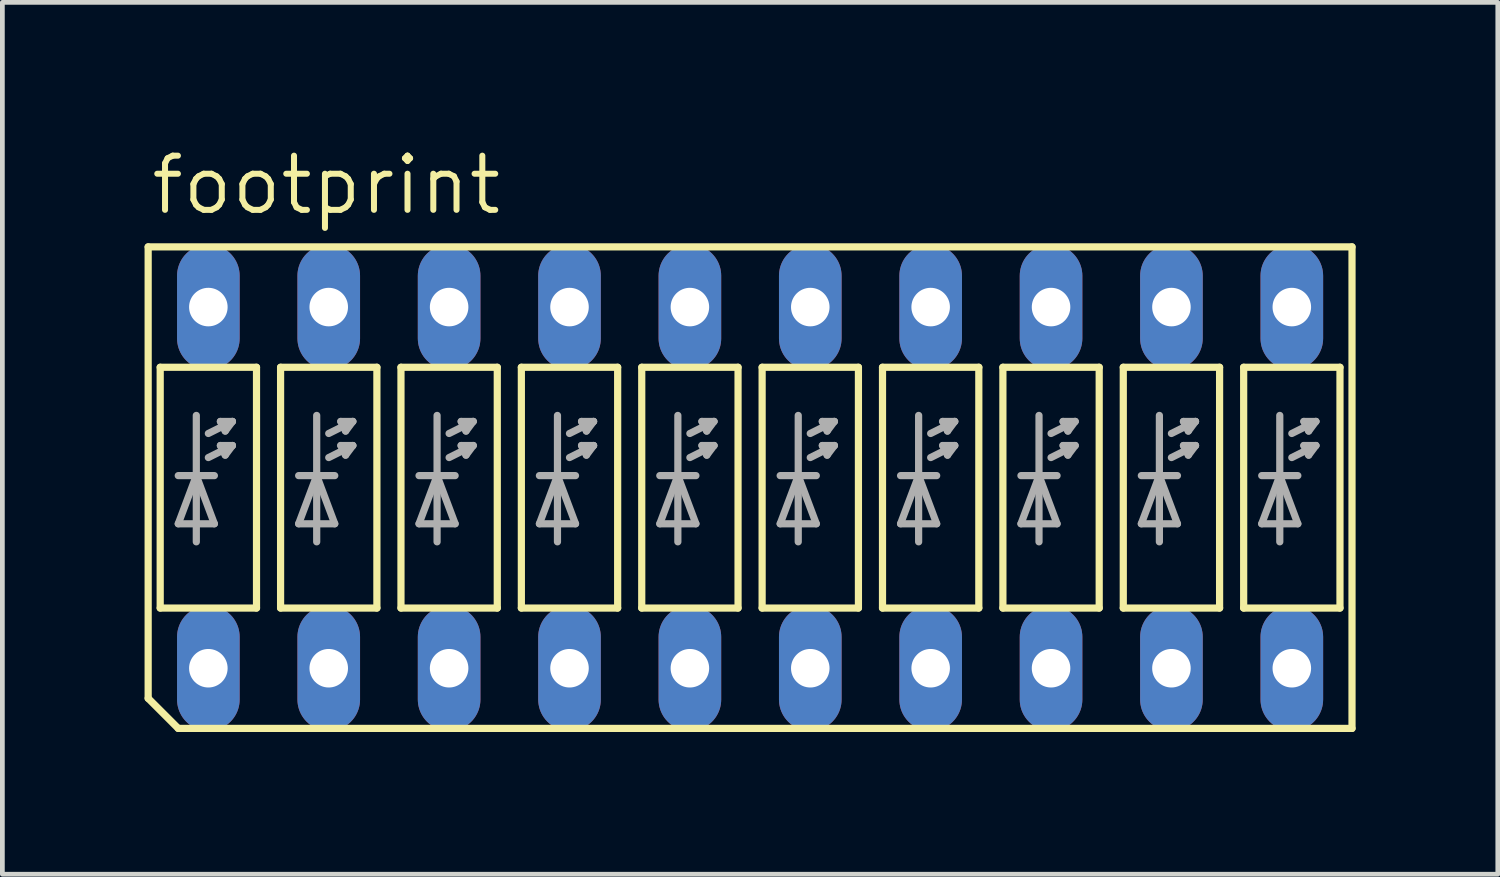
<source format=kicad_pcb>
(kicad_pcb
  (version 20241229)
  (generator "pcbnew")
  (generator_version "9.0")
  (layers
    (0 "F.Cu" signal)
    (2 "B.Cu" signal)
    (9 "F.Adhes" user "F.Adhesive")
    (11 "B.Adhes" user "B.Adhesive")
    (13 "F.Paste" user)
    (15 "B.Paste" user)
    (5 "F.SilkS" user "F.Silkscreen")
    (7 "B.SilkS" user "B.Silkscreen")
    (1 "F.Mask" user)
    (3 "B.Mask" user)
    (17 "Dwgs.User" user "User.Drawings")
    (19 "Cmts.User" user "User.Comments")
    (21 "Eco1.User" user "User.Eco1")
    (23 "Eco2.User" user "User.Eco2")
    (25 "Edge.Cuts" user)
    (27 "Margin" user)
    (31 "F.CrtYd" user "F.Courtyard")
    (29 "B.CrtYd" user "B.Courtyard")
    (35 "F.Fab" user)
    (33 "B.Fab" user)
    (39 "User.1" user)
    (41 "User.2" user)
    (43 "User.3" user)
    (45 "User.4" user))
  (footprint "footprint"
    (layer "F.Cu")
    (at 12.776 7.239)
    (property "Reference" "footprint" (at -12.7 -5.715 0) (layer "F.SilkS") (effects (font (size 1.143 1.143) (thickness 0.127)) (justify left bottom)))
    (fp_line (start -12.7 -5.08) (end 12.7 -5.08) (stroke (width 0.152) (type solid)) (layer "F.SilkS"))
    (fp_line (start -12.7 4.445) (end -12.7 -5.08) (stroke (width 0.152) (type solid)) (layer "F.SilkS"))
    (fp_line (start -12.7 4.445) (end -12.065 5.08) (stroke (width 0.152) (type solid)) (layer "F.SilkS"))
    (fp_line (start -12.446 -2.54) (end -10.414 -2.54) (stroke (width 0.152) (type solid)) (layer "F.SilkS"))
    (fp_line (start -12.446 2.54) (end -12.446 -2.54) (stroke (width 0.152) (type solid)) (layer "F.SilkS"))
    (fp_line (start -12.065 5.08) (end 12.7 5.08) (stroke (width 0.152) (type solid)) (layer "F.SilkS"))
    (fp_line (start -10.414 -2.54) (end -10.414 2.54) (stroke (width 0.152) (type solid)) (layer "F.SilkS"))
    (fp_line (start -10.414 2.54) (end -12.446 2.54) (stroke (width 0.152) (type solid)) (layer "F.SilkS"))
    (fp_line (start -9.906 -2.54) (end -7.874 -2.54) (stroke (width 0.152) (type solid)) (layer "F.SilkS"))
    (fp_line (start -9.906 2.54) (end -9.906 -2.54) (stroke (width 0.152) (type solid)) (layer "F.SilkS"))
    (fp_line (start -7.874 -2.54) (end -7.874 2.54) (stroke (width 0.152) (type solid)) (layer "F.SilkS"))
    (fp_line (start -7.874 2.54) (end -9.906 2.54) (stroke (width 0.152) (type solid)) (layer "F.SilkS"))
    (fp_line (start -7.366 -2.54) (end -5.334 -2.54) (stroke (width 0.152) (type solid)) (layer "F.SilkS"))
    (fp_line (start -7.366 2.54) (end -7.366 -2.54) (stroke (width 0.152) (type solid)) (layer "F.SilkS"))
    (fp_line (start -5.334 -2.54) (end -5.334 2.54) (stroke (width 0.152) (type solid)) (layer "F.SilkS"))
    (fp_line (start -5.334 2.54) (end -7.366 2.54) (stroke (width 0.152) (type solid)) (layer "F.SilkS"))
    (fp_line (start -4.826 -2.54) (end -4.826 2.54) (stroke (width 0.152) (type solid)) (layer "F.SilkS"))
    (fp_line (start -4.826 2.54) (end -2.794 2.54) (stroke (width 0.152) (type solid)) (layer "F.SilkS"))
    (fp_line (start -2.794 -2.54) (end -4.826 -2.54) (stroke (width 0.152) (type solid)) (layer "F.SilkS"))
    (fp_line (start -2.794 2.54) (end -2.794 -2.54) (stroke (width 0.152) (type solid)) (layer "F.SilkS"))
    (fp_line (start -2.286 -2.54) (end -2.286 2.54) (stroke (width 0.152) (type solid)) (layer "F.SilkS"))
    (fp_line (start -2.286 2.54) (end -0.254 2.54) (stroke (width 0.152) (type solid)) (layer "F.SilkS"))
    (fp_line (start -0.254 -2.54) (end -2.286 -2.54) (stroke (width 0.152) (type solid)) (layer "F.SilkS"))
    (fp_line (start -0.254 2.54) (end -0.254 -2.54) (stroke (width 0.152) (type solid)) (layer "F.SilkS"))
    (fp_line (start 0.254 -2.54) (end 0.254 2.54) (stroke (width 0.152) (type solid)) (layer "F.SilkS"))
    (fp_line (start 0.254 2.54) (end 2.286 2.54) (stroke (width 0.152) (type solid)) (layer "F.SilkS"))
    (fp_line (start 2.286 -2.54) (end 0.254 -2.54) (stroke (width 0.152) (type solid)) (layer "F.SilkS"))
    (fp_line (start 2.286 2.54) (end 2.286 -2.54) (stroke (width 0.152) (type solid)) (layer "F.SilkS"))
    (fp_line (start 2.794 -2.54) (end 2.794 2.54) (stroke (width 0.152) (type solid)) (layer "F.SilkS"))
    (fp_line (start 2.794 2.54) (end 4.826 2.54) (stroke (width 0.152) (type solid)) (layer "F.SilkS"))
    (fp_line (start 4.826 -2.54) (end 2.794 -2.54) (stroke (width 0.152) (type solid)) (layer "F.SilkS"))
    (fp_line (start 4.826 2.54) (end 4.826 -2.54) (stroke (width 0.152) (type solid)) (layer "F.SilkS"))
    (fp_line (start 5.334 -2.54) (end 5.334 2.54) (stroke (width 0.152) (type solid)) (layer "F.SilkS"))
    (fp_line (start 5.334 2.54) (end 7.366 2.54) (stroke (width 0.152) (type solid)) (layer "F.SilkS"))
    (fp_line (start 7.366 -2.54) (end 5.334 -2.54) (stroke (width 0.152) (type solid)) (layer "F.SilkS"))
    (fp_line (start 7.366 2.54) (end 7.366 -2.54) (stroke (width 0.152) (type solid)) (layer "F.SilkS"))
    (fp_line (start 7.874 -2.54) (end 7.874 2.54) (stroke (width 0.152) (type solid)) (layer "F.SilkS"))
    (fp_line (start 7.874 2.54) (end 9.906 2.54) (stroke (width 0.152) (type solid)) (layer "F.SilkS"))
    (fp_line (start 9.906 -2.54) (end 7.874 -2.54) (stroke (width 0.152) (type solid)) (layer "F.SilkS"))
    (fp_line (start 9.906 2.54) (end 9.906 -2.54) (stroke (width 0.152) (type solid)) (layer "F.SilkS"))
    (fp_line (start 10.414 -2.54) (end 10.414 2.54) (stroke (width 0.152) (type solid)) (layer "F.SilkS"))
    (fp_line (start 10.414 2.54) (end 12.446 2.54) (stroke (width 0.152) (type solid)) (layer "F.SilkS"))
    (fp_line (start 12.446 -2.54) (end 10.414 -2.54) (stroke (width 0.152) (type solid)) (layer "F.SilkS"))
    (fp_line (start 12.446 2.54) (end 12.446 -2.54) (stroke (width 0.152) (type solid)) (layer "F.SilkS"))
    (fp_line (start 12.7 5.08) (end 12.7 -5.08) (stroke (width 0.152) (type solid)) (layer "F.SilkS"))
    (fp_line (start -12.065 -0.254) (end -11.684 -0.254) (stroke (width 0.152) (type solid)) (layer "F.Fab"))
    (fp_line (start -12.065 0.762) (end -11.684 -0.254) (stroke (width 0.152) (type solid)) (layer "F.Fab"))
    (fp_line (start -12.065 0.762) (end -11.303 0.762) (stroke (width 0.152) (type solid)) (layer "F.Fab"))
    (fp_line (start -11.684 -0.254) (end -11.684 -1.524) (stroke (width 0.152) (type solid)) (layer "F.Fab"))
    (fp_line (start -11.684 -0.254) (end -11.303 -0.254) (stroke (width 0.152) (type solid)) (layer "F.Fab"))
    (fp_line (start -11.684 -0.254) (end -11.303 0.762) (stroke (width 0.152) (type solid)) (layer "F.Fab"))
    (fp_line (start -11.684 1.143) (end -11.684 -0.254) (stroke (width 0.152) (type solid)) (layer "F.Fab"))
    (fp_line (start -11.43 -1.143) (end -10.922 -1.397) (stroke (width 0.152) (type solid)) (layer "F.Fab"))
    (fp_line (start -11.43 -0.635) (end -10.922 -0.889) (stroke (width 0.152) (type solid)) (layer "F.Fab"))
    (fp_line (start -11.074 -1.194) (end -11.176 -1.397) (stroke (width 0.152) (type solid)) (layer "F.Fab"))
    (fp_line (start -11.074 -0.686) (end -11.176 -0.889) (stroke (width 0.152) (type solid)) (layer "F.Fab"))
    (fp_line (start -10.922 -1.397) (end -11.176 -1.397) (stroke (width 0.152) (type solid)) (layer "F.Fab"))
    (fp_line (start -10.922 -1.397) (end -11.074 -1.194) (stroke (width 0.152) (type solid)) (layer "F.Fab"))
    (fp_line (start -10.922 -0.889) (end -11.176 -0.889) (stroke (width 0.152) (type solid)) (layer "F.Fab"))
    (fp_line (start -10.922 -0.889) (end -11.074 -0.686) (stroke (width 0.152) (type solid)) (layer "F.Fab"))
    (fp_line (start -9.525 -0.254) (end -9.144 -0.254) (stroke (width 0.152) (type solid)) (layer "F.Fab"))
    (fp_line (start -9.525 0.762) (end -9.144 -0.254) (stroke (width 0.152) (type solid)) (layer "F.Fab"))
    (fp_line (start -9.525 0.762) (end -8.763 0.762) (stroke (width 0.152) (type solid)) (layer "F.Fab"))
    (fp_line (start -9.144 -0.254) (end -9.144 -1.524) (stroke (width 0.152) (type solid)) (layer "F.Fab"))
    (fp_line (start -9.144 -0.254) (end -8.763 -0.254) (stroke (width 0.152) (type solid)) (layer "F.Fab"))
    (fp_line (start -9.144 -0.254) (end -8.763 0.762) (stroke (width 0.152) (type solid)) (layer "F.Fab"))
    (fp_line (start -9.144 1.143) (end -9.144 -0.254) (stroke (width 0.152) (type solid)) (layer "F.Fab"))
    (fp_line (start -8.89 -1.143) (end -8.382 -1.397) (stroke (width 0.152) (type solid)) (layer "F.Fab"))
    (fp_line (start -8.89 -0.635) (end -8.382 -0.889) (stroke (width 0.152) (type solid)) (layer "F.Fab"))
    (fp_line (start -8.534 -1.194) (end -8.636 -1.397) (stroke (width 0.152) (type solid)) (layer "F.Fab"))
    (fp_line (start -8.534 -0.686) (end -8.636 -0.889) (stroke (width 0.152) (type solid)) (layer "F.Fab"))
    (fp_line (start -8.382 -1.397) (end -8.636 -1.397) (stroke (width 0.152) (type solid)) (layer "F.Fab"))
    (fp_line (start -8.382 -1.397) (end -8.534 -1.194) (stroke (width 0.152) (type solid)) (layer "F.Fab"))
    (fp_line (start -8.382 -0.889) (end -8.636 -0.889) (stroke (width 0.152) (type solid)) (layer "F.Fab"))
    (fp_line (start -8.382 -0.889) (end -8.534 -0.686) (stroke (width 0.152) (type solid)) (layer "F.Fab"))
    (fp_line (start -6.985 -0.254) (end -6.604 -0.254) (stroke (width 0.152) (type solid)) (layer "F.Fab"))
    (fp_line (start -6.985 0.762) (end -6.604 -0.254) (stroke (width 0.152) (type solid)) (layer "F.Fab"))
    (fp_line (start -6.985 0.762) (end -6.223 0.762) (stroke (width 0.152) (type solid)) (layer "F.Fab"))
    (fp_line (start -6.604 -0.254) (end -6.604 -1.524) (stroke (width 0.152) (type solid)) (layer "F.Fab"))
    (fp_line (start -6.604 -0.254) (end -6.223 -0.254) (stroke (width 0.152) (type solid)) (layer "F.Fab"))
    (fp_line (start -6.604 -0.254) (end -6.223 0.762) (stroke (width 0.152) (type solid)) (layer "F.Fab"))
    (fp_line (start -6.604 1.143) (end -6.604 -0.254) (stroke (width 0.152) (type solid)) (layer "F.Fab"))
    (fp_line (start -6.35 -1.143) (end -5.842 -1.397) (stroke (width 0.152) (type solid)) (layer "F.Fab"))
    (fp_line (start -6.35 -0.635) (end -5.842 -0.889) (stroke (width 0.152) (type solid)) (layer "F.Fab"))
    (fp_line (start -5.994 -1.194) (end -6.096 -1.397) (stroke (width 0.152) (type solid)) (layer "F.Fab"))
    (fp_line (start -5.994 -0.686) (end -6.096 -0.889) (stroke (width 0.152) (type solid)) (layer "F.Fab"))
    (fp_line (start -5.842 -1.397) (end -6.096 -1.397) (stroke (width 0.152) (type solid)) (layer "F.Fab"))
    (fp_line (start -5.842 -1.397) (end -5.994 -1.194) (stroke (width 0.152) (type solid)) (layer "F.Fab"))
    (fp_line (start -5.842 -0.889) (end -6.096 -0.889) (stroke (width 0.152) (type solid)) (layer "F.Fab"))
    (fp_line (start -5.842 -0.889) (end -5.994 -0.686) (stroke (width 0.152) (type solid)) (layer "F.Fab"))
    (fp_line (start -4.445 -0.254) (end -4.064 -0.254) (stroke (width 0.152) (type solid)) (layer "F.Fab"))
    (fp_line (start -4.445 0.762) (end -4.064 -0.254) (stroke (width 0.152) (type solid)) (layer "F.Fab"))
    (fp_line (start -4.445 0.762) (end -3.683 0.762) (stroke (width 0.152) (type solid)) (layer "F.Fab"))
    (fp_line (start -4.064 -0.254) (end -4.064 -1.524) (stroke (width 0.152) (type solid)) (layer "F.Fab"))
    (fp_line (start -4.064 -0.254) (end -3.683 -0.254) (stroke (width 0.152) (type solid)) (layer "F.Fab"))
    (fp_line (start -4.064 -0.254) (end -3.683 0.762) (stroke (width 0.152) (type solid)) (layer "F.Fab"))
    (fp_line (start -4.064 1.143) (end -4.064 -0.254) (stroke (width 0.152) (type solid)) (layer "F.Fab"))
    (fp_line (start -3.81 -1.143) (end -3.302 -1.397) (stroke (width 0.152) (type solid)) (layer "F.Fab"))
    (fp_line (start -3.81 -0.635) (end -3.302 -0.889) (stroke (width 0.152) (type solid)) (layer "F.Fab"))
    (fp_line (start -3.454 -1.194) (end -3.556 -1.397) (stroke (width 0.152) (type solid)) (layer "F.Fab"))
    (fp_line (start -3.454 -0.686) (end -3.556 -0.889) (stroke (width 0.152) (type solid)) (layer "F.Fab"))
    (fp_line (start -3.302 -1.397) (end -3.556 -1.397) (stroke (width 0.152) (type solid)) (layer "F.Fab"))
    (fp_line (start -3.302 -1.397) (end -3.454 -1.194) (stroke (width 0.152) (type solid)) (layer "F.Fab"))
    (fp_line (start -3.302 -0.889) (end -3.556 -0.889) (stroke (width 0.152) (type solid)) (layer "F.Fab"))
    (fp_line (start -3.302 -0.889) (end -3.454 -0.686) (stroke (width 0.152) (type solid)) (layer "F.Fab"))
    (fp_line (start -1.905 -0.254) (end -1.524 -0.254) (stroke (width 0.152) (type solid)) (layer "F.Fab"))
    (fp_line (start -1.905 0.762) (end -1.524 -0.254) (stroke (width 0.152) (type solid)) (layer "F.Fab"))
    (fp_line (start -1.905 0.762) (end -1.143 0.762) (stroke (width 0.152) (type solid)) (layer "F.Fab"))
    (fp_line (start -1.524 -0.254) (end -1.524 -1.524) (stroke (width 0.152) (type solid)) (layer "F.Fab"))
    (fp_line (start -1.524 -0.254) (end -1.143 -0.254) (stroke (width 0.152) (type solid)) (layer "F.Fab"))
    (fp_line (start -1.524 -0.254) (end -1.143 0.762) (stroke (width 0.152) (type solid)) (layer "F.Fab"))
    (fp_line (start -1.524 1.143) (end -1.524 -0.254) (stroke (width 0.152) (type solid)) (layer "F.Fab"))
    (fp_line (start -1.27 -1.143) (end -0.762 -1.397) (stroke (width 0.152) (type solid)) (layer "F.Fab"))
    (fp_line (start -1.27 -0.635) (end -0.762 -0.889) (stroke (width 0.152) (type solid)) (layer "F.Fab"))
    (fp_line (start -0.914 -1.194) (end -1.016 -1.397) (stroke (width 0.152) (type solid)) (layer "F.Fab"))
    (fp_line (start -0.914 -0.686) (end -1.016 -0.889) (stroke (width 0.152) (type solid)) (layer "F.Fab"))
    (fp_line (start -0.762 -1.397) (end -1.016 -1.397) (stroke (width 0.152) (type solid)) (layer "F.Fab"))
    (fp_line (start -0.762 -1.397) (end -0.914 -1.194) (stroke (width 0.152) (type solid)) (layer "F.Fab"))
    (fp_line (start -0.762 -0.889) (end -1.016 -0.889) (stroke (width 0.152) (type solid)) (layer "F.Fab"))
    (fp_line (start -0.762 -0.889) (end -0.914 -0.686) (stroke (width 0.152) (type solid)) (layer "F.Fab"))
    (fp_line (start 0.635 -0.254) (end 1.016 -0.254) (stroke (width 0.152) (type solid)) (layer "F.Fab"))
    (fp_line (start 0.635 0.762) (end 1.016 -0.254) (stroke (width 0.152) (type solid)) (layer "F.Fab"))
    (fp_line (start 0.635 0.762) (end 1.397 0.762) (stroke (width 0.152) (type solid)) (layer "F.Fab"))
    (fp_line (start 1.016 -0.254) (end 1.016 -1.524) (stroke (width 0.152) (type solid)) (layer "F.Fab"))
    (fp_line (start 1.016 -0.254) (end 1.397 -0.254) (stroke (width 0.152) (type solid)) (layer "F.Fab"))
    (fp_line (start 1.016 -0.254) (end 1.397 0.762) (stroke (width 0.152) (type solid)) (layer "F.Fab"))
    (fp_line (start 1.016 1.143) (end 1.016 -0.254) (stroke (width 0.152) (type solid)) (layer "F.Fab"))
    (fp_line (start 1.27 -1.143) (end 1.778 -1.397) (stroke (width 0.152) (type solid)) (layer "F.Fab"))
    (fp_line (start 1.27 -0.635) (end 1.778 -0.889) (stroke (width 0.152) (type solid)) (layer "F.Fab"))
    (fp_line (start 1.626 -1.194) (end 1.524 -1.397) (stroke (width 0.152) (type solid)) (layer "F.Fab"))
    (fp_line (start 1.626 -0.686) (end 1.524 -0.889) (stroke (width 0.152) (type solid)) (layer "F.Fab"))
    (fp_line (start 1.778 -1.397) (end 1.524 -1.397) (stroke (width 0.152) (type solid)) (layer "F.Fab"))
    (fp_line (start 1.778 -1.397) (end 1.626 -1.194) (stroke (width 0.152) (type solid)) (layer "F.Fab"))
    (fp_line (start 1.778 -0.889) (end 1.524 -0.889) (stroke (width 0.152) (type solid)) (layer "F.Fab"))
    (fp_line (start 1.778 -0.889) (end 1.626 -0.686) (stroke (width 0.152) (type solid)) (layer "F.Fab"))
    (fp_line (start 3.175 -0.254) (end 3.556 -0.254) (stroke (width 0.152) (type solid)) (layer "F.Fab"))
    (fp_line (start 3.175 0.762) (end 3.556 -0.254) (stroke (width 0.152) (type solid)) (layer "F.Fab"))
    (fp_line (start 3.175 0.762) (end 3.937 0.762) (stroke (width 0.152) (type solid)) (layer "F.Fab"))
    (fp_line (start 3.556 -0.254) (end 3.556 -1.524) (stroke (width 0.152) (type solid)) (layer "F.Fab"))
    (fp_line (start 3.556 -0.254) (end 3.937 -0.254) (stroke (width 0.152) (type solid)) (layer "F.Fab"))
    (fp_line (start 3.556 -0.254) (end 3.937 0.762) (stroke (width 0.152) (type solid)) (layer "F.Fab"))
    (fp_line (start 3.556 1.143) (end 3.556 -0.254) (stroke (width 0.152) (type solid)) (layer "F.Fab"))
    (fp_line (start 3.81 -1.143) (end 4.318 -1.397) (stroke (width 0.152) (type solid)) (layer "F.Fab"))
    (fp_line (start 3.81 -0.635) (end 4.318 -0.889) (stroke (width 0.152) (type solid)) (layer "F.Fab"))
    (fp_line (start 4.166 -1.194) (end 4.064 -1.397) (stroke (width 0.152) (type solid)) (layer "F.Fab"))
    (fp_line (start 4.166 -0.686) (end 4.064 -0.889) (stroke (width 0.152) (type solid)) (layer "F.Fab"))
    (fp_line (start 4.318 -1.397) (end 4.064 -1.397) (stroke (width 0.152) (type solid)) (layer "F.Fab"))
    (fp_line (start 4.318 -1.397) (end 4.166 -1.194) (stroke (width 0.152) (type solid)) (layer "F.Fab"))
    (fp_line (start 4.318 -0.889) (end 4.064 -0.889) (stroke (width 0.152) (type solid)) (layer "F.Fab"))
    (fp_line (start 4.318 -0.889) (end 4.166 -0.686) (stroke (width 0.152) (type solid)) (layer "F.Fab"))
    (fp_line (start 5.715 -0.254) (end 6.096 -0.254) (stroke (width 0.152) (type solid)) (layer "F.Fab"))
    (fp_line (start 5.715 0.762) (end 6.096 -0.254) (stroke (width 0.152) (type solid)) (layer "F.Fab"))
    (fp_line (start 5.715 0.762) (end 6.477 0.762) (stroke (width 0.152) (type solid)) (layer "F.Fab"))
    (fp_line (start 6.096 -0.254) (end 6.096 -1.524) (stroke (width 0.152) (type solid)) (layer "F.Fab"))
    (fp_line (start 6.096 -0.254) (end 6.477 -0.254) (stroke (width 0.152) (type solid)) (layer "F.Fab"))
    (fp_line (start 6.096 -0.254) (end 6.477 0.762) (stroke (width 0.152) (type solid)) (layer "F.Fab"))
    (fp_line (start 6.096 1.143) (end 6.096 -0.254) (stroke (width 0.152) (type solid)) (layer "F.Fab"))
    (fp_line (start 6.35 -1.143) (end 6.858 -1.397) (stroke (width 0.152) (type solid)) (layer "F.Fab"))
    (fp_line (start 6.35 -0.635) (end 6.858 -0.889) (stroke (width 0.152) (type solid)) (layer "F.Fab"))
    (fp_line (start 6.706 -1.194) (end 6.604 -1.397) (stroke (width 0.152) (type solid)) (layer "F.Fab"))
    (fp_line (start 6.706 -0.686) (end 6.604 -0.889) (stroke (width 0.152) (type solid)) (layer "F.Fab"))
    (fp_line (start 6.858 -1.397) (end 6.604 -1.397) (stroke (width 0.152) (type solid)) (layer "F.Fab"))
    (fp_line (start 6.858 -1.397) (end 6.706 -1.194) (stroke (width 0.152) (type solid)) (layer "F.Fab"))
    (fp_line (start 6.858 -0.889) (end 6.604 -0.889) (stroke (width 0.152) (type solid)) (layer "F.Fab"))
    (fp_line (start 6.858 -0.889) (end 6.706 -0.686) (stroke (width 0.152) (type solid)) (layer "F.Fab"))
    (fp_line (start 8.255 -0.254) (end 8.636 -0.254) (stroke (width 0.152) (type solid)) (layer "F.Fab"))
    (fp_line (start 8.255 0.762) (end 8.636 -0.254) (stroke (width 0.152) (type solid)) (layer "F.Fab"))
    (fp_line (start 8.255 0.762) (end 9.017 0.762) (stroke (width 0.152) (type solid)) (layer "F.Fab"))
    (fp_line (start 8.636 -0.254) (end 8.636 -1.524) (stroke (width 0.152) (type solid)) (layer "F.Fab"))
    (fp_line (start 8.636 -0.254) (end 9.017 -0.254) (stroke (width 0.152) (type solid)) (layer "F.Fab"))
    (fp_line (start 8.636 -0.254) (end 9.017 0.762) (stroke (width 0.152) (type solid)) (layer "F.Fab"))
    (fp_line (start 8.636 1.143) (end 8.636 -0.254) (stroke (width 0.152) (type solid)) (layer "F.Fab"))
    (fp_line (start 8.89 -1.143) (end 9.398 -1.397) (stroke (width 0.152) (type solid)) (layer "F.Fab"))
    (fp_line (start 8.89 -0.635) (end 9.398 -0.889) (stroke (width 0.152) (type solid)) (layer "F.Fab"))
    (fp_line (start 9.246 -1.194) (end 9.144 -1.397) (stroke (width 0.152) (type solid)) (layer "F.Fab"))
    (fp_line (start 9.246 -0.686) (end 9.144 -0.889) (stroke (width 0.152) (type solid)) (layer "F.Fab"))
    (fp_line (start 9.398 -1.397) (end 9.144 -1.397) (stroke (width 0.152) (type solid)) (layer "F.Fab"))
    (fp_line (start 9.398 -1.397) (end 9.246 -1.194) (stroke (width 0.152) (type solid)) (layer "F.Fab"))
    (fp_line (start 9.398 -0.889) (end 9.144 -0.889) (stroke (width 0.152) (type solid)) (layer "F.Fab"))
    (fp_line (start 9.398 -0.889) (end 9.246 -0.686) (stroke (width 0.152) (type solid)) (layer "F.Fab"))
    (fp_line (start 10.795 -0.254) (end 11.176 -0.254) (stroke (width 0.152) (type solid)) (layer "F.Fab"))
    (fp_line (start 10.795 0.762) (end 11.176 -0.254) (stroke (width 0.152) (type solid)) (layer "F.Fab"))
    (fp_line (start 10.795 0.762) (end 11.557 0.762) (stroke (width 0.152) (type solid)) (layer "F.Fab"))
    (fp_line (start 11.176 -0.254) (end 11.176 -1.524) (stroke (width 0.152) (type solid)) (layer "F.Fab"))
    (fp_line (start 11.176 -0.254) (end 11.557 -0.254) (stroke (width 0.152) (type solid)) (layer "F.Fab"))
    (fp_line (start 11.176 -0.254) (end 11.557 0.762) (stroke (width 0.152) (type solid)) (layer "F.Fab"))
    (fp_line (start 11.176 1.143) (end 11.176 -0.254) (stroke (width 0.152) (type solid)) (layer "F.Fab"))
    (fp_line (start 11.43 -1.143) (end 11.938 -1.397) (stroke (width 0.152) (type solid)) (layer "F.Fab"))
    (fp_line (start 11.43 -0.635) (end 11.938 -0.889) (stroke (width 0.152) (type solid)) (layer "F.Fab"))
    (fp_line (start 11.786 -1.194) (end 11.684 -1.397) (stroke (width 0.152) (type solid)) (layer "F.Fab"))
    (fp_line (start 11.786 -0.686) (end 11.684 -0.889) (stroke (width 0.152) (type solid)) (layer "F.Fab"))
    (fp_line (start 11.938 -1.397) (end 11.684 -1.397) (stroke (width 0.152) (type solid)) (layer "F.Fab"))
    (fp_line (start 11.938 -1.397) (end 11.786 -1.194) (stroke (width 0.152) (type solid)) (layer "F.Fab"))
    (fp_line (start 11.938 -0.889) (end 11.684 -0.889) (stroke (width 0.152) (type solid)) (layer "F.Fab"))
    (fp_line (start 11.938 -0.889) (end 11.786 -0.686) (stroke (width 0.152) (type solid)) (layer "F.Fab"))
    (pad "1" thru_hole oval (at -11.43 3.81 90) (size 2.642 1.321) (drill 0.813) (layers "*.Cu" "*.Mask"))
    (pad "2" thru_hole oval (at -8.89 3.81 90) (size 2.642 1.321) (drill 0.813) (layers "*.Cu" "*.Mask"))
    (pad "3" thru_hole oval (at -6.35 3.81 90) (size 2.642 1.321) (drill 0.813) (layers "*.Cu" "*.Mask"))
    (pad "4" thru_hole oval (at -3.81 3.81 90) (size 2.642 1.321) (drill 0.813) (layers "*.Cu" "*.Mask"))
    (pad "5" thru_hole oval (at -1.27 3.81 90) (size 2.642 1.321) (drill 0.813) (layers "*.Cu" "*.Mask"))
    (pad "6" thru_hole oval (at 1.27 3.81 90) (size 2.642 1.321) (drill 0.813) (layers "*.Cu" "*.Mask"))
    (pad "7" thru_hole oval (at 3.81 3.81 90) (size 2.642 1.321) (drill 0.813) (layers "*.Cu" "*.Mask"))
    (pad "8" thru_hole oval (at 6.35 3.81 90) (size 2.642 1.321) (drill 0.813) (layers "*.Cu" "*.Mask"))
    (pad "9" thru_hole oval (at 8.89 3.81 90) (size 2.642 1.321) (drill 0.813) (layers "*.Cu" "*.Mask"))
    (pad "10" thru_hole oval (at 11.43 3.81 90) (size 2.642 1.321) (drill 0.813) (layers "*.Cu" "*.Mask"))
    (pad "11" thru_hole oval (at 11.43 -3.81 90) (size 2.642 1.321) (drill 0.813) (layers "*.Cu" "*.Mask"))
    (pad "12" thru_hole oval (at 8.89 -3.81 90) (size 2.642 1.321) (drill 0.813) (layers "*.Cu" "*.Mask"))
    (pad "13" thru_hole oval (at 6.35 -3.81 90) (size 2.642 1.321) (drill 0.813) (layers "*.Cu" "*.Mask"))
    (pad "14" thru_hole oval (at 3.81 -3.81 90) (size 2.642 1.321) (drill 0.813) (layers "*.Cu" "*.Mask"))
    (pad "15" thru_hole oval (at 1.27 -3.81 90) (size 2.642 1.321) (drill 0.813) (layers "*.Cu" "*.Mask"))
    (pad "16" thru_hole oval (at -1.27 -3.81 90) (size 2.642 1.321) (drill 0.813) (layers "*.Cu" "*.Mask"))
    (pad "17" thru_hole oval (at -3.81 -3.81 90) (size 2.642 1.321) (drill 0.813) (layers "*.Cu" "*.Mask"))
    (pad "18" thru_hole oval (at -6.35 -3.81 90) (size 2.642 1.321) (drill 0.813) (layers "*.Cu" "*.Mask"))
    (pad "19" thru_hole oval (at -8.89 -3.81 90) (size 2.642 1.321) (drill 0.813) (layers "*.Cu" "*.Mask"))
    (pad "20" thru_hole oval (at -11.43 -3.81 90) (size 2.642 1.321) (drill 0.813) (layers "*.Cu" "*.Mask")))
  (gr_rect
    (start -3 -3)
    (end 28.552 15.395)
    (stroke (width 0.1) (type default))
    (fill no)
    (layer "Edge.Cuts")))
</source>
